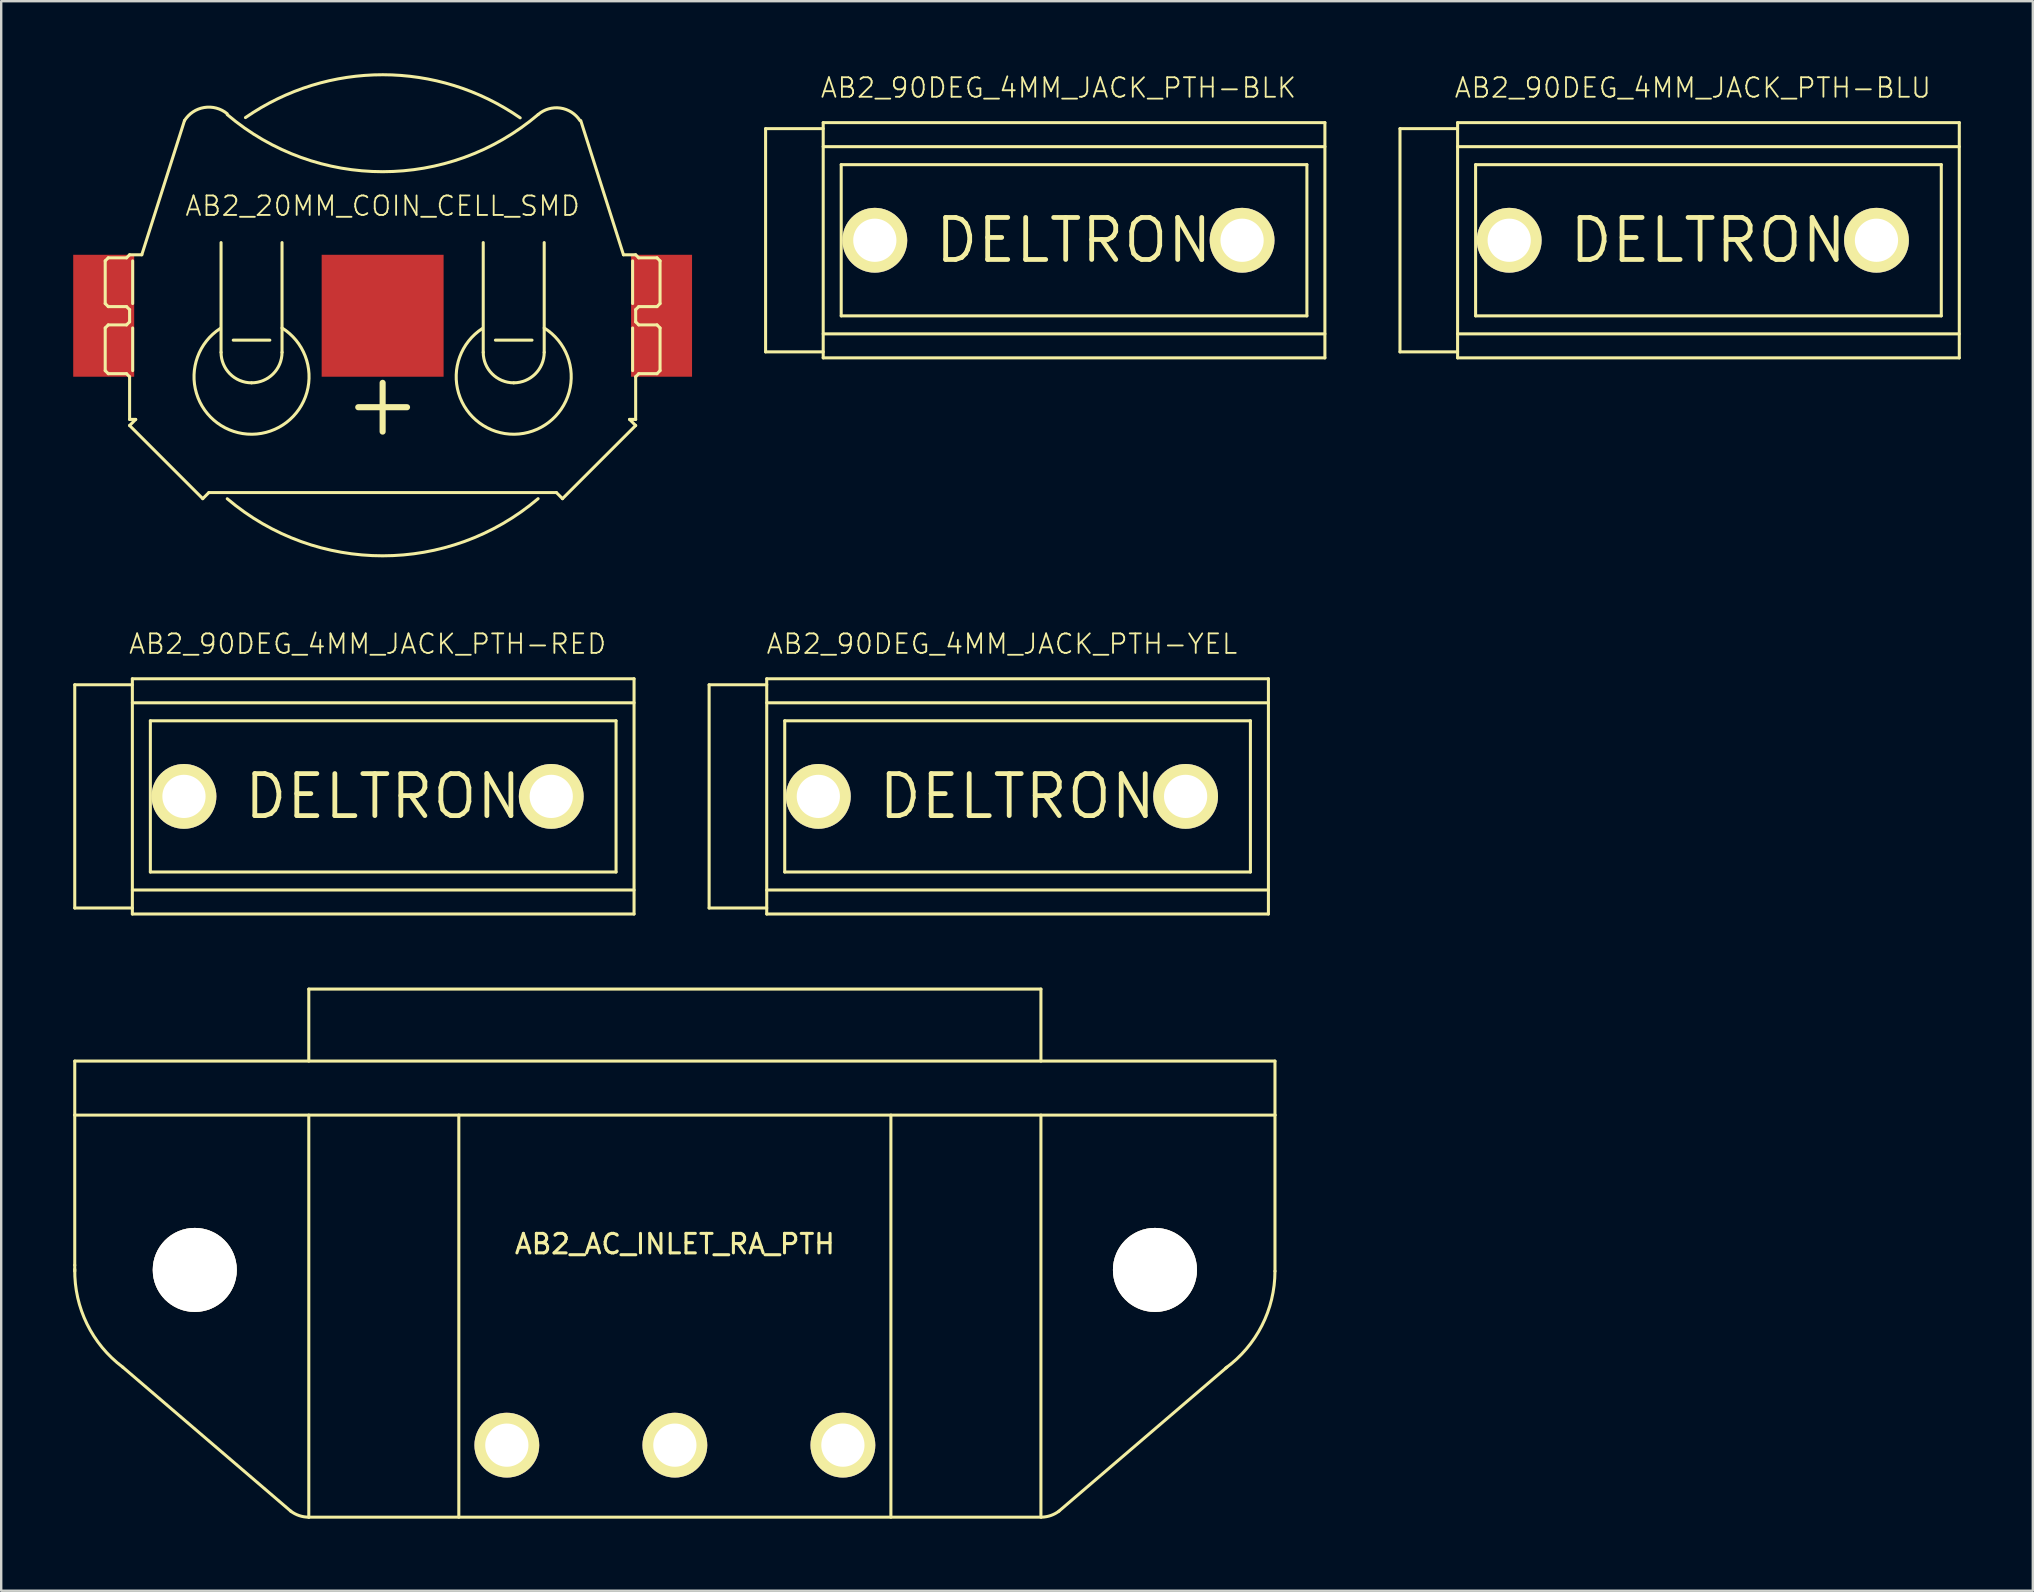
<source format=kicad_pcb>
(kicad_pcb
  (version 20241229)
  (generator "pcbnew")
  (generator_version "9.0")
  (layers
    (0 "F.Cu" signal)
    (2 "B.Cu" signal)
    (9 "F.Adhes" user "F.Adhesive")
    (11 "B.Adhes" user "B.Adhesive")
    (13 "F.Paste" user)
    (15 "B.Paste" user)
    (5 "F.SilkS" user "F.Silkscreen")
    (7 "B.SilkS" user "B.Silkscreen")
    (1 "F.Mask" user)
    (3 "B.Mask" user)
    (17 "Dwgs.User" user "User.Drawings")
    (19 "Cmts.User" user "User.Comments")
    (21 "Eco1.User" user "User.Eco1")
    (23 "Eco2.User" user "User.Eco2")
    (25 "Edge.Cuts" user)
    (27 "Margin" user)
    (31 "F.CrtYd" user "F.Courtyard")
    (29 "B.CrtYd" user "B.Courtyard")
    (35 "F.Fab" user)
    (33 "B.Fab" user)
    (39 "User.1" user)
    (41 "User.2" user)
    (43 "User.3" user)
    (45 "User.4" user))
  (footprint "AB2_AC_INLET_RA_PTH"
    (layer "F.Cu")
    (at 25.064 41.154)
    (property "Reference" "AB2_AC_INLET_RA_PTH" (at 0 7.62 0) (layer "F.SilkS") (effects (font (size 0.813 0.813) (thickness 0.127))))
    (attr through_hole)
    (fp_line (start -25 0) (end -25 2.25) (stroke (width 0.127) (type solid)) (layer "F.SilkS"))
    (fp_line (start -25 0) (end 25 0) (stroke (width 0.127) (type solid)) (layer "F.SilkS"))
    (fp_line (start -25 2.25) (end -25 8.5) (stroke (width 0.127) (type solid)) (layer "F.SilkS"))
    (fp_line (start -25 2.25) (end 25 2.25) (stroke (width 0.127) (type solid)) (layer "F.SilkS"))
    (fp_line (start -25 8.5) (end -25 8.75) (stroke (width 0.127) (type solid)) (layer "F.SilkS"))
    (fp_line (start -16 18.75) (end -23 12.75) (stroke (width 0.127) (type solid)) (layer "F.SilkS"))
    (fp_line (start -15.25 -3) (end -15.25 0) (stroke (width 0.127) (type solid)) (layer "F.SilkS"))
    (fp_line (start -15.25 2.25) (end -15.25 19) (stroke (width 0.127) (type solid)) (layer "F.SilkS"))
    (fp_line (start -15.25 19) (end 15.25 19) (stroke (width 0.127) (type solid)) (layer "F.SilkS"))
    (fp_line (start -9 2.25) (end -9 19) (stroke (width 0.127) (type solid)) (layer "F.SilkS"))
    (fp_line (start 9 19) (end 9 2.25) (stroke (width 0.127) (type solid)) (layer "F.SilkS"))
    (fp_line (start 15.25 -3) (end -15.25 -3) (stroke (width 0.127) (type solid)) (layer "F.SilkS"))
    (fp_line (start 15.25 0) (end 15.25 -3) (stroke (width 0.127) (type solid)) (layer "F.SilkS"))
    (fp_line (start 15.25 19) (end 15.25 2.25) (stroke (width 0.127) (type solid)) (layer "F.SilkS"))
    (fp_line (start 23 12.75) (end 16 18.75) (stroke (width 0.127) (type solid)) (layer "F.SilkS"))
    (fp_line (start 25 2.25) (end 25 0) (stroke (width 0.127) (type solid)) (layer "F.SilkS"))
    (fp_line (start 25 2.25) (end 25 8.75) (stroke (width 0.127) (type solid)) (layer "F.SilkS"))
    (fp_arc (start -23 12.75) (mid -24.488982 10.952055) (end -24.999424 8.67409) (stroke (width 0.127) (type solid)) (layer "F.SilkS"))
    (fp_arc (start -15.25 19) (mid -15.651799 18.933663) (end -16.010952 18.741692) (stroke (width 0.127) (type solid)) (layer "F.SilkS"))
    (fp_arc (start 16 18.75) (mid 15.664582 18.929246) (end 15.290788 18.999334) (stroke (width 0.127) (type solid)) (layer "F.SilkS"))
    (fp_arc (start 25 8.75) (mid 24.455033 11.019953) (end 22.938926 12.795085) (stroke (width 0.127) (type solid)) (layer "F.SilkS"))
    (pad "" thru_hole circle (at -20 8.7) (size 3.5 3.5) (drill 3.5) (layers "*.Cu" "*.Mask" "F.SilkS"))
    (pad "" thru_hole circle (at 20 8.7) (size 3.5 3.5) (drill 3.5) (layers "*.Cu" "*.Mask" "F.SilkS"))
    (pad "1" thru_hole circle (at -7 16) (size 2.7 2.7) (drill 1.8) (layers "*.Cu" "*.Mask" "F.SilkS"))
    (pad "2" thru_hole circle (at 0 16) (size 2.7 2.7) (drill 1.8) (layers "*.Cu" "*.Mask" "F.SilkS"))
    (pad "3" thru_hole circle (at 7 16) (size 2.7 2.7) (drill 1.8) (layers "*.Cu" "*.Mask" "F.SilkS")))
  (footprint "AB2_90DEG_4MM_JACK_PTH-BLU"
    (layer "F.Cu")
    (at 67.472 6.959)
    (property "Reference" "AB2_90DEG_4MM_JACK_PTH-BLU" (at 0 -6.35 0) (layer "F.SilkS") (effects (font (size 0.813 0.813) (thickness 0.076))))
    (attr through_hole)
    (fp_line (start -12.2 -4.65) (end -12.2 4.65) (stroke (width 0.127) (type solid)) (layer "F.SilkS"))
    (fp_line (start -12.2 4.65) (end -9.8 4.65) (stroke (width 0.127) (type solid)) (layer "F.SilkS"))
    (fp_line (start -9.8 -4.9) (end -9.8 4.9) (stroke (width 0.127) (type solid)) (layer "F.SilkS"))
    (fp_line (start -9.8 -4.65) (end -12.2 -4.65) (stroke (width 0.127) (type solid)) (layer "F.SilkS"))
    (fp_line (start -9.8 -3.9) (end 11.1 -3.9) (stroke (width 0.127) (type solid)) (layer "F.SilkS"))
    (fp_line (start -9.8 3.9) (end 11.1 3.9) (stroke (width 0.127) (type solid)) (layer "F.SilkS"))
    (fp_line (start -9.8 4.9) (end 11.1 4.9) (stroke (width 0.127) (type solid)) (layer "F.SilkS"))
    (fp_line (start -9.05 -3.15) (end 10.35 -3.15) (stroke (width 0.127) (type solid)) (layer "F.SilkS"))
    (fp_line (start -9.05 3.15) (end -9.05 -3.15) (stroke (width 0.127) (type solid)) (layer "F.SilkS"))
    (fp_line (start 10.35 -3.15) (end 10.35 3.15) (stroke (width 0.127) (type solid)) (layer "F.SilkS"))
    (fp_line (start 10.35 3.15) (end -9.05 3.15) (stroke (width 0.127) (type solid)) (layer "F.SilkS"))
    (fp_line (start 11.1 -4.9) (end -9.8 -4.9) (stroke (width 0.127) (type solid)) (layer "F.SilkS"))
    (fp_line (start 11.1 4.9) (end 11.1 -4.9) (stroke (width 0.127) (type solid)) (layer "F.SilkS"))
    (fp_text user "DELTRON" (at 0.635 0 0) (layer "F.SilkS") (effects (font (size 1.75 1.75) (thickness 0.2))))
    (pad "1" thru_hole circle (at -7.65 0) (size 2.7 2.7) (drill 1.8) (layers "*.Cu" "*.Mask" "F.SilkS"))
    (pad "1" thru_hole circle (at 7.65 0) (size 2.7 2.7) (drill 1.8) (layers "*.Cu" "*.Mask" "F.SilkS")))
  (footprint "AB2_90DEG_4MM_JACK_PTH-BLK"
    (layer "F.Cu")
    (at 41.044 6.959)
    (property "Reference" "AB2_90DEG_4MM_JACK_PTH-BLK" (at 0 -6.35 0) (layer "F.SilkS") (effects (font (size 0.813 0.813) (thickness 0.076))))
    (attr through_hole)
    (fp_line (start -12.2 -4.65) (end -12.2 4.65) (stroke (width 0.127) (type solid)) (layer "F.SilkS"))
    (fp_line (start -12.2 4.65) (end -9.8 4.65) (stroke (width 0.127) (type solid)) (layer "F.SilkS"))
    (fp_line (start -9.8 -4.9) (end -9.8 4.9) (stroke (width 0.127) (type solid)) (layer "F.SilkS"))
    (fp_line (start -9.8 -4.65) (end -12.2 -4.65) (stroke (width 0.127) (type solid)) (layer "F.SilkS"))
    (fp_line (start -9.8 -3.9) (end 11.1 -3.9) (stroke (width 0.127) (type solid)) (layer "F.SilkS"))
    (fp_line (start -9.8 3.9) (end 11.1 3.9) (stroke (width 0.127) (type solid)) (layer "F.SilkS"))
    (fp_line (start -9.8 4.9) (end 11.1 4.9) (stroke (width 0.127) (type solid)) (layer "F.SilkS"))
    (fp_line (start -9.05 -3.15) (end 10.35 -3.15) (stroke (width 0.127) (type solid)) (layer "F.SilkS"))
    (fp_line (start -9.05 3.15) (end -9.05 -3.15) (stroke (width 0.127) (type solid)) (layer "F.SilkS"))
    (fp_line (start 10.35 -3.15) (end 10.35 3.15) (stroke (width 0.127) (type solid)) (layer "F.SilkS"))
    (fp_line (start 10.35 3.15) (end -9.05 3.15) (stroke (width 0.127) (type solid)) (layer "F.SilkS"))
    (fp_line (start 11.1 -4.9) (end -9.8 -4.9) (stroke (width 0.127) (type solid)) (layer "F.SilkS"))
    (fp_line (start 11.1 4.9) (end 11.1 -4.9) (stroke (width 0.127) (type solid)) (layer "F.SilkS"))
    (fp_text user "DELTRON" (at 0.635 0 0) (layer "F.SilkS") (effects (font (size 1.75 1.75) (thickness 0.2))))
    (pad "1" thru_hole circle (at -7.65 0) (size 2.7 2.7) (drill 1.8) (layers "*.Cu" "*.Mask" "F.SilkS"))
    (pad "1" thru_hole circle (at 7.65 0) (size 2.7 2.7) (drill 1.8) (layers "*.Cu" "*.Mask" "F.SilkS")))
  (footprint "AB2_90DEG_4MM_JACK_PTH-RED"
    (layer "F.Cu")
    (at 12.264 30.127)
    (property "Reference" "AB2_90DEG_4MM_JACK_PTH-RED" (at 0 -6.35 0) (layer "F.SilkS") (effects (font (size 0.813 0.813) (thickness 0.076))))
    (attr through_hole)
    (fp_line (start -12.2 -4.65) (end -12.2 4.65) (stroke (width 0.127) (type solid)) (layer "F.SilkS"))
    (fp_line (start -12.2 4.65) (end -9.8 4.65) (stroke (width 0.127) (type solid)) (layer "F.SilkS"))
    (fp_line (start -9.8 -4.9) (end -9.8 4.9) (stroke (width 0.127) (type solid)) (layer "F.SilkS"))
    (fp_line (start -9.8 -4.65) (end -12.2 -4.65) (stroke (width 0.127) (type solid)) (layer "F.SilkS"))
    (fp_line (start -9.8 -3.9) (end 11.1 -3.9) (stroke (width 0.127) (type solid)) (layer "F.SilkS"))
    (fp_line (start -9.8 3.9) (end 11.1 3.9) (stroke (width 0.127) (type solid)) (layer "F.SilkS"))
    (fp_line (start -9.8 4.9) (end 11.1 4.9) (stroke (width 0.127) (type solid)) (layer "F.SilkS"))
    (fp_line (start -9.05 -3.15) (end 10.35 -3.15) (stroke (width 0.127) (type solid)) (layer "F.SilkS"))
    (fp_line (start -9.05 3.15) (end -9.05 -3.15) (stroke (width 0.127) (type solid)) (layer "F.SilkS"))
    (fp_line (start 10.35 -3.15) (end 10.35 3.15) (stroke (width 0.127) (type solid)) (layer "F.SilkS"))
    (fp_line (start 10.35 3.15) (end -9.05 3.15) (stroke (width 0.127) (type solid)) (layer "F.SilkS"))
    (fp_line (start 11.1 -4.9) (end -9.8 -4.9) (stroke (width 0.127) (type solid)) (layer "F.SilkS"))
    (fp_line (start 11.1 4.9) (end 11.1 -4.9) (stroke (width 0.127) (type solid)) (layer "F.SilkS"))
    (fp_text user "DELTRON" (at 0.635 0 0) (layer "F.SilkS") (effects (font (size 1.75 1.75) (thickness 0.2))))
    (pad "1" thru_hole circle (at -7.65 0) (size 2.7 2.7) (drill 1.8) (layers "*.Cu" "*.Mask" "F.SilkS"))
    (pad "1" thru_hole circle (at 7.65 0) (size 2.7 2.7) (drill 1.8) (layers "*.Cu" "*.Mask" "F.SilkS")))
  (footprint "AB2_90DEG_4MM_JACK_PTH-YEL"
    (layer "F.Cu")
    (at 38.691 30.127)
    (property "Reference" "AB2_90DEG_4MM_JACK_PTH-YEL" (at 0 -6.35 0) (layer "F.SilkS") (effects (font (size 0.813 0.813) (thickness 0.076))))
    (attr through_hole)
    (fp_line (start -12.2 -4.65) (end -12.2 4.65) (stroke (width 0.127) (type solid)) (layer "F.SilkS"))
    (fp_line (start -12.2 4.65) (end -9.8 4.65) (stroke (width 0.127) (type solid)) (layer "F.SilkS"))
    (fp_line (start -9.8 -4.9) (end -9.8 4.9) (stroke (width 0.127) (type solid)) (layer "F.SilkS"))
    (fp_line (start -9.8 -4.65) (end -12.2 -4.65) (stroke (width 0.127) (type solid)) (layer "F.SilkS"))
    (fp_line (start -9.8 -3.9) (end 11.1 -3.9) (stroke (width 0.127) (type solid)) (layer "F.SilkS"))
    (fp_line (start -9.8 3.9) (end 11.1 3.9) (stroke (width 0.127) (type solid)) (layer "F.SilkS"))
    (fp_line (start -9.8 4.9) (end 11.1 4.9) (stroke (width 0.127) (type solid)) (layer "F.SilkS"))
    (fp_line (start -9.05 -3.15) (end 10.35 -3.15) (stroke (width 0.127) (type solid)) (layer "F.SilkS"))
    (fp_line (start -9.05 3.15) (end -9.05 -3.15) (stroke (width 0.127) (type solid)) (layer "F.SilkS"))
    (fp_line (start 10.35 -3.15) (end 10.35 3.15) (stroke (width 0.127) (type solid)) (layer "F.SilkS"))
    (fp_line (start 10.35 3.15) (end -9.05 3.15) (stroke (width 0.127) (type solid)) (layer "F.SilkS"))
    (fp_line (start 11.1 -4.9) (end -9.8 -4.9) (stroke (width 0.127) (type solid)) (layer "F.SilkS"))
    (fp_line (start 11.1 4.9) (end 11.1 -4.9) (stroke (width 0.127) (type solid)) (layer "F.SilkS"))
    (fp_text user "DELTRON" (at 0.635 0 0) (layer "F.SilkS") (effects (font (size 1.75 1.75) (thickness 0.2))))
    (pad "1" thru_hole circle (at -7.65 0) (size 2.7 2.7) (drill 1.8) (layers "*.Cu" "*.Mask" "F.SilkS"))
    (pad "1" thru_hole circle (at 7.65 0) (size 2.7 2.7) (drill 1.8) (layers "*.Cu" "*.Mask" "F.SilkS")))
  (footprint "AB2_20MM_COIN_CELL_SMD"
    (layer "F.Cu")
    (at 12.89 10.104)
    (property "Reference" "AB2_20MM_COIN_CELL_SMD" (at 0 -4.572 0) (layer "F.SilkS") (effects (font (size 0.813 0.813) (thickness 0.076))))
    (attr through_hole)
    (fp_line (start -11.557 -2.286) (end -11.43 -2.413) (stroke (width 0.127) (type solid)) (layer "F.SilkS"))
    (fp_line (start -11.557 -0.508) (end -11.557 -2.286) (stroke (width 0.127) (type solid)) (layer "F.SilkS"))
    (fp_line (start -11.557 0.508) (end -11.43 0.381) (stroke (width 0.127) (type solid)) (layer "F.SilkS"))
    (fp_line (start -11.557 2.286) (end -11.557 0.508) (stroke (width 0.127) (type solid)) (layer "F.SilkS"))
    (fp_line (start -11.43 -2.413) (end -10.668 -2.413) (stroke (width 0.127) (type solid)) (layer "F.SilkS"))
    (fp_line (start -11.43 -0.381) (end -11.557 -0.508) (stroke (width 0.127) (type solid)) (layer "F.SilkS"))
    (fp_line (start -11.43 0.381) (end -10.668 0.381) (stroke (width 0.127) (type solid)) (layer "F.SilkS"))
    (fp_line (start -11.43 2.413) (end -11.557 2.286) (stroke (width 0.127) (type solid)) (layer "F.SilkS"))
    (fp_line (start -10.668 -2.413) (end -10.541 -2.54) (stroke (width 0.127) (type solid)) (layer "F.SilkS"))
    (fp_line (start -10.668 -0.381) (end -11.43 -0.381) (stroke (width 0.127) (type solid)) (layer "F.SilkS"))
    (fp_line (start -10.668 0.381) (end -10.541 0.254) (stroke (width 0.127) (type solid)) (layer "F.SilkS"))
    (fp_line (start -10.668 2.413) (end -11.43 2.413) (stroke (width 0.127) (type solid)) (layer "F.SilkS"))
    (fp_line (start -10.541 -2.54) (end -10.033 -2.54) (stroke (width 0.127) (type solid)) (layer "F.SilkS"))
    (fp_line (start -10.541 -0.254) (end -10.668 -0.381) (stroke (width 0.127) (type solid)) (layer "F.SilkS"))
    (fp_line (start -10.541 -0.254) (end -10.541 0.254) (stroke (width 0.127) (type solid)) (layer "F.SilkS"))
    (fp_line (start -10.541 2.54) (end -10.668 2.413) (stroke (width 0.127) (type solid)) (layer "F.SilkS"))
    (fp_line (start -10.541 4.318) (end -10.541 2.54) (stroke (width 0.127) (type solid)) (layer "F.SilkS"))
    (fp_line (start -10.541 4.318) (end -10.287 4.318) (stroke (width 0.127) (type solid)) (layer "F.SilkS"))
    (fp_line (start -10.541 4.572) (end -10.287 4.318) (stroke (width 0.127) (type solid)) (layer "F.SilkS"))
    (fp_line (start -10.541 4.572) (end -7.493 7.62) (stroke (width 0.127) (type solid)) (layer "F.SilkS"))
    (fp_line (start -10.414 -0.508) (end -10.414 -2.286) (stroke (width 0.127) (type solid)) (layer "F.SilkS"))
    (fp_line (start -10.414 0.508) (end -10.414 2.286) (stroke (width 0.127) (type solid)) (layer "F.SilkS"))
    (fp_line (start -8.255 -8.128) (end -10.033 -2.54) (stroke (width 0.127) (type solid)) (layer "F.SilkS"))
    (fp_line (start -7.493 7.62) (end -7.239 7.366) (stroke (width 0.127) (type solid)) (layer "F.SilkS"))
    (fp_line (start -7.239 7.366) (end 7.239 7.366) (stroke (width 0.127) (type solid)) (layer "F.SilkS"))
    (fp_line (start -6.731 1.524) (end -6.731 -3.048) (stroke (width 0.127) (type solid)) (layer "F.SilkS"))
    (fp_line (start -6.223 1.016) (end -4.699 1.016) (stroke (width 0.127) (type solid)) (layer "F.SilkS"))
    (fp_line (start -4.191 1.524) (end -4.191 -3.048) (stroke (width 0.127) (type solid)) (layer "F.SilkS"))
    (fp_line (start -1.016 3.81) (end 1.016 3.81) (stroke (width 0.254) (type solid)) (layer "F.SilkS"))
    (fp_line (start 0 4.826) (end 0 2.794) (stroke (width 0.254) (type solid)) (layer "F.SilkS"))
    (fp_line (start 4.191 1.524) (end 4.191 -3.048) (stroke (width 0.127) (type solid)) (layer "F.SilkS"))
    (fp_line (start 4.699 1.016) (end 6.223 1.016) (stroke (width 0.127) (type solid)) (layer "F.SilkS"))
    (fp_line (start 6.731 1.524) (end 6.731 -3.048) (stroke (width 0.127) (type solid)) (layer "F.SilkS"))
    (fp_line (start 7.493 7.62) (end 7.239 7.366) (stroke (width 0.127) (type solid)) (layer "F.SilkS"))
    (fp_line (start 7.493 7.62) (end 10.541 4.572) (stroke (width 0.127) (type solid)) (layer "F.SilkS"))
    (fp_line (start 10.033 -2.54) (end 8.255 -8.128) (stroke (width 0.127) (type solid)) (layer "F.SilkS"))
    (fp_line (start 10.414 -2.286) (end 10.414 -0.508) (stroke (width 0.127) (type solid)) (layer "F.SilkS"))
    (fp_line (start 10.414 0.508) (end 10.414 2.286) (stroke (width 0.127) (type solid)) (layer "F.SilkS"))
    (fp_line (start 10.541 -2.54) (end 10.033 -2.54) (stroke (width 0.127) (type solid)) (layer "F.SilkS"))
    (fp_line (start 10.541 -2.54) (end 10.668 -2.413) (stroke (width 0.127) (type solid)) (layer "F.SilkS"))
    (fp_line (start 10.541 -0.254) (end 10.541 0.254) (stroke (width 0.127) (type solid)) (layer "F.SilkS"))
    (fp_line (start 10.541 0.254) (end 10.668 0.381) (stroke (width 0.127) (type solid)) (layer "F.SilkS"))
    (fp_line (start 10.541 2.54) (end 10.668 2.413) (stroke (width 0.127) (type solid)) (layer "F.SilkS"))
    (fp_line (start 10.541 4.318) (end 10.287 4.318) (stroke (width 0.127) (type solid)) (layer "F.SilkS"))
    (fp_line (start 10.541 4.318) (end 10.541 2.54) (stroke (width 0.127) (type solid)) (layer "F.SilkS"))
    (fp_line (start 10.541 4.572) (end 10.287 4.318) (stroke (width 0.127) (type solid)) (layer "F.SilkS"))
    (fp_line (start 10.668 -2.413) (end 11.43 -2.413) (stroke (width 0.127) (type solid)) (layer "F.SilkS"))
    (fp_line (start 10.668 -0.381) (end 10.541 -0.254) (stroke (width 0.127) (type solid)) (layer "F.SilkS"))
    (fp_line (start 10.668 0.381) (end 11.43 0.381) (stroke (width 0.127) (type solid)) (layer "F.SilkS"))
    (fp_line (start 10.668 2.413) (end 11.43 2.413) (stroke (width 0.127) (type solid)) (layer "F.SilkS"))
    (fp_line (start 11.43 -2.413) (end 11.557 -2.286) (stroke (width 0.127) (type solid)) (layer "F.SilkS"))
    (fp_line (start 11.43 -0.381) (end 10.668 -0.381) (stroke (width 0.127) (type solid)) (layer "F.SilkS"))
    (fp_line (start 11.43 0.381) (end 11.557 0.508) (stroke (width 0.127) (type solid)) (layer "F.SilkS"))
    (fp_line (start 11.43 2.413) (end 11.557 2.286) (stroke (width 0.127) (type solid)) (layer "F.SilkS"))
    (fp_line (start 11.557 -2.286) (end 11.557 -0.508) (stroke (width 0.127) (type solid)) (layer "F.SilkS"))
    (fp_line (start 11.557 -0.508) (end 11.43 -0.381) (stroke (width 0.127) (type solid)) (layer "F.SilkS"))
    (fp_line (start 11.557 2.286) (end 11.557 0.508) (stroke (width 0.127) (type solid)) (layer "F.SilkS"))
    (fp_arc (start -8.255 -8.128) (mid -7.431477 -8.675554) (end -6.476818 -8.417424) (stroke (width 0.127) (type solid)) (layer "F.SilkS"))
    (fp_arc (start -5.715 -8.255) (mid 0.009611 -10.040227) (end 5.730794 -8.244043) (stroke (width 0.127) (type solid)) (layer "F.SilkS"))
    (fp_arc (start -5.461 2.794) (mid -6.359026 2.422026) (end -6.731 1.524) (stroke (width 0.127) (type solid)) (layer "F.SilkS"))
    (fp_arc (start -4.191 0.508) (mid -5.440314 4.936142) (end -6.765892 0.530229) (stroke (width 0.127) (type solid)) (layer "F.SilkS"))
    (fp_arc (start -4.191 1.524) (mid -4.562974 2.422026) (end -5.461 2.794) (stroke (width 0.127) (type solid)) (layer "F.SilkS"))
    (fp_arc (start 5.461 2.794) (mid 4.562974 2.422026) (end 4.191 1.524) (stroke (width 0.127) (type solid)) (layer "F.SilkS"))
    (fp_arc (start 6.477 -8.382) (mid 0.002537 -6.001204) (end -6.473133 -8.378714) (stroke (width 0.127) (type solid)) (layer "F.SilkS"))
    (fp_arc (start 6.477 -8.382) (mid 7.404964 -8.65206) (end 8.219855 -8.132443) (stroke (width 0.127) (type solid)) (layer "F.SilkS"))
    (fp_arc (start 6.477 7.62) (mid 0.002537 10.000796) (end -6.473133 7.623286) (stroke (width 0.127) (type solid)) (layer "F.SilkS"))
    (fp_arc (start 6.731 0.508) (mid 5.481686 4.936142) (end 4.156108 0.530229) (stroke (width 0.127) (type solid)) (layer "F.SilkS"))
    (fp_arc (start 6.731 1.524) (mid 6.359026 2.422026) (end 5.461 2.794) (stroke (width 0.127) (type solid)) (layer "F.SilkS"))
    (pad "1" smd rect (at -11.62 0) (size 2.54 5.08) (layers "F.Cu" "F.Mask" "F.Paste"))
    (pad "1" smd rect (at 11.62 0) (size 2.54 5.08) (layers "F.Cu" "F.Mask" "F.Paste"))
    (pad "2" smd rect (at 0 0) (size 5.08 5.08) (layers "F.Cu" "F.Mask" "F.Paste")))
  (gr_rect
    (start -3 -3)
    (end 81.635 63.218)
    (stroke (width 0.1) (type default))
    (fill no)
    (layer "Edge.Cuts")))
</source>
